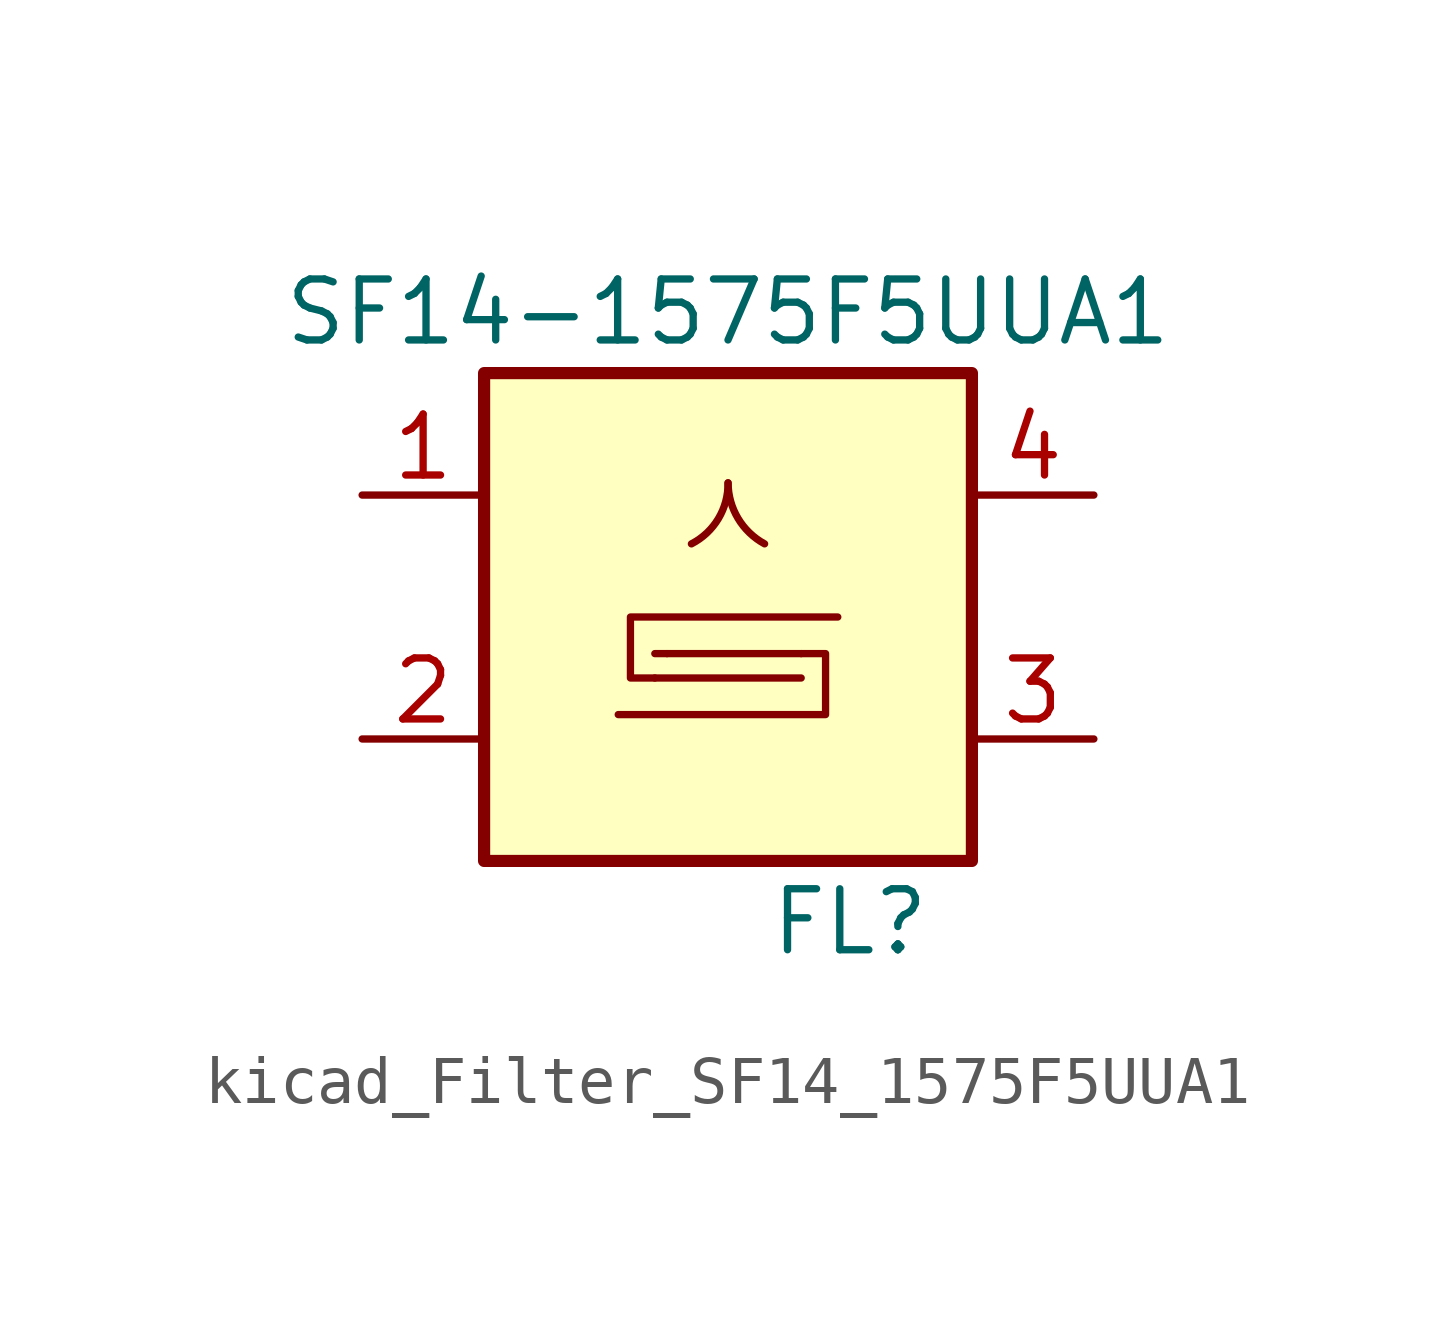
<source format=kicad_sym>
(kicad_symbol_lib
  (version 20220914)
  (generator kicad_symbol_editor)
  (symbol "kicad_Filter_SF14_1575F5UUA1"
    (pin_names
      (offset 1.016))
    (property "Reference" "FL"
      (at 2.54 -6.35 0)
      (effects (font (size 1.27 1.27))))
    (property "Value" "SF14-1575F5UUA1"
      (at 0 6.35 0)
      (effects (font (size 1.27 1.27))))
    (symbol "kicad_Filter_SF14_1575F5UUA1_0_1"
      (rectangle (start -5.08 5.08) (end 5.08 -5.08) (stroke (width 0.254) (type default)) (fill (type background)))
      (arc (start -0.762 1.524) (mid -0.1988 2.0511) (end 0 2.794) (stroke (width 0) (type default)) (fill (type none)))
      (polyline (pts (xy -1.524 -0.762) (xy -1.27 -0.762)) (stroke (width 0) (type default)) (fill (type none)))
      (polyline (pts (xy 1.524 -1.27) (xy -1.524 -1.27)) (stroke (width 0) (type default)) (fill (type none)))
      (polyline (pts (xy 1.524 -0.762) (xy -1.27 -0.762)) (stroke (width 0) (type default)) (fill (type none)))
      (polyline (pts (xy -1.524 -1.27) (xy -2.032 -1.27) (xy -2.032 0) (xy 2.286 0)) (stroke (width 0) (type default)) (fill (type none)))
      (polyline (pts (xy 1.524 -0.762) (xy 2.032 -0.762) (xy 2.032 -2.032) (xy -2.286 -2.032)) (stroke (width 0) (type default)) (fill (type none)))
      (arc (start 0 2.794) (mid 0.2065 2.0558) (end 0.762 1.524) (stroke (width 0) (type default)) (fill (type none))))
    (symbol "kicad_Filter_SF14_1575F5UUA1_1_1"
      (pin passive line (at -7.62 2.54 0) (length 2.54) (name "~" (effects (font (size 1.27 1.27)))) (number "1" (effects (font (size 1.27 1.27)))))
      (pin passive line (at -7.62 -2.54 0) (length 2.54) (name "~" (effects (font (size 1.27 1.27)))) (number "2" (effects (font (size 1.27 1.27)))))
      (pin passive line (at 7.62 -2.54 180) (length 2.54) (name "~" (effects (font (size 1.27 1.27)))) (number "3" (effects (font (size 1.27 1.27)))))
      (pin passive line (at 7.62 2.54 180) (length 2.54) (name "~" (effects (font (size 1.27 1.27)))) (number "4" (effects (font (size 1.27 1.27)))))
      (pin passive line (at -7.62 -2.54 0) (length 2.54) hide (name "~" (effects (font (size 1.27 1.27)))) (number "5" (effects (font (size 1.27 1.27))))))))
</source>
